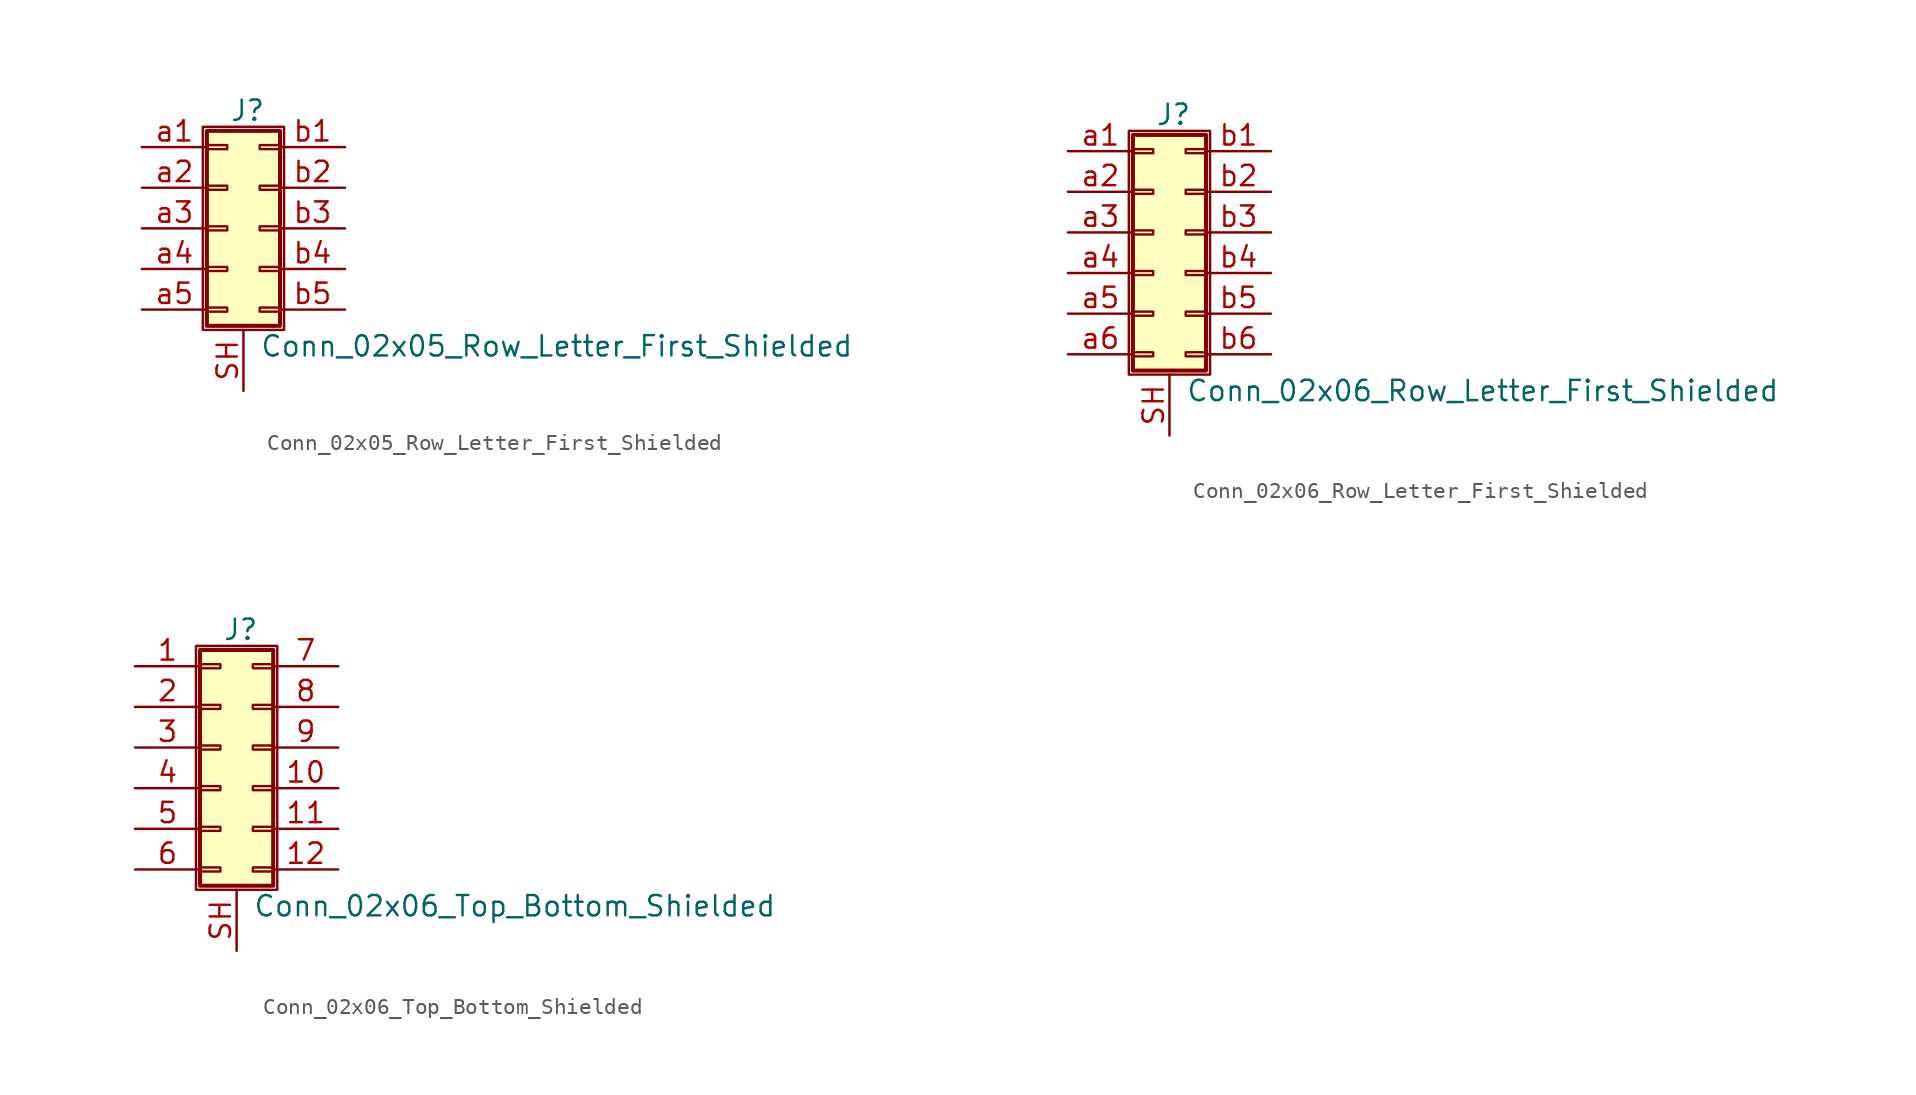
<source format=kicad_sym>
(kicad_symbol_lib
  (version 20220914)
  (generator kicad_symbol_editor)
  (symbol "Conn_02x05_Row_Letter_First_Shielded"
    (pin_names
      (offset 1.016) hide)
    (property "Reference" "J"
      (at 1.524 7.366 0)
      (effects (font (size 1.27 1.27))))
    (property "Value" "Conn_02x05_Row_Letter_First_Shielded"
      (at 2.286 -7.366 0)
      (effects (font (size 1.27 1.27)) (justify left)))
    (symbol "Conn_02x05_Row_Letter_First_Shielded_1_1"
      (rectangle (start -1.27 6.35) (end 3.81 -6.35) (stroke (width 0.152) (type default)) (fill (type none)))
      (rectangle (start -1.016 -4.953) (end 0.254 -5.207) (stroke (width 0.152) (type default)) (fill (type none)))
      (rectangle (start -1.016 -2.413) (end 0.254 -2.667) (stroke (width 0.152) (type default)) (fill (type none)))
      (rectangle (start -1.016 0.127) (end 0.254 -0.127) (stroke (width 0.152) (type default)) (fill (type none)))
      (rectangle (start -1.016 2.667) (end 0.254 2.413) (stroke (width 0.152) (type default)) (fill (type none)))
      (rectangle (start -1.016 5.207) (end 0.254 4.953) (stroke (width 0.152) (type default)) (fill (type none)))
      (rectangle (start -1.016 6.096) (end 3.556 -6.096) (stroke (width 0.254) (type default)) (fill (type background)))
      (rectangle (start 3.556 -4.953) (end 2.286 -5.207) (stroke (width 0.152) (type default)) (fill (type none)))
      (rectangle (start 3.556 -2.413) (end 2.286 -2.667) (stroke (width 0.152) (type default)) (fill (type none)))
      (rectangle (start 3.556 0.127) (end 2.286 -0.127) (stroke (width 0.152) (type default)) (fill (type none)))
      (rectangle (start 3.556 2.667) (end 2.286 2.413) (stroke (width 0.152) (type default)) (fill (type none)))
      (rectangle (start 3.556 5.207) (end 2.286 4.953) (stroke (width 0.152) (type default)) (fill (type none)))
      (pin passive line (at 1.27 -10.16 90) (length 3.81) (name "Shield" (effects (font (size 1.27 1.27)))) (number "SH" (effects (font (size 1.27 1.27)))))
      (pin passive line (at -5.08 5.08 0) (length 4.064) (name "Pin_a1" (effects (font (size 1.27 1.27)))) (number "a1" (effects (font (size 1.27 1.27)))))
      (pin passive line (at -5.08 2.54 0) (length 4.064) (name "Pin_a2" (effects (font (size 1.27 1.27)))) (number "a2" (effects (font (size 1.27 1.27)))))
      (pin passive line (at -5.08 0 0) (length 4.064) (name "Pin_a3" (effects (font (size 1.27 1.27)))) (number "a3" (effects (font (size 1.27 1.27)))))
      (pin passive line (at -5.08 -2.54 0) (length 4.064) (name "Pin_a4" (effects (font (size 1.27 1.27)))) (number "a4" (effects (font (size 1.27 1.27)))))
      (pin passive line (at -5.08 -5.08 0) (length 4.064) (name "Pin_a5" (effects (font (size 1.27 1.27)))) (number "a5" (effects (font (size 1.27 1.27)))))
      (pin passive line (at 7.62 5.08 180) (length 4.064) (name "Pin_b1" (effects (font (size 1.27 1.27)))) (number "b1" (effects (font (size 1.27 1.27)))))
      (pin passive line (at 7.62 2.54 180) (length 4.064) (name "Pin_b2" (effects (font (size 1.27 1.27)))) (number "b2" (effects (font (size 1.27 1.27)))))
      (pin passive line (at 7.62 0 180) (length 4.064) (name "Pin_b3" (effects (font (size 1.27 1.27)))) (number "b3" (effects (font (size 1.27 1.27)))))
      (pin passive line (at 7.62 -2.54 180) (length 4.064) (name "Pin_b4" (effects (font (size 1.27 1.27)))) (number "b4" (effects (font (size 1.27 1.27)))))
      (pin passive line (at 7.62 -5.08 180) (length 4.064) (name "Pin_b5" (effects (font (size 1.27 1.27)))) (number "b5" (effects (font (size 1.27 1.27)))))))
  (symbol "Conn_02x06_Row_Letter_First_Shielded"
    (pin_names
      (offset 1.016) hide)
    (property "Reference" "J"
      (at 1.524 7.366 0)
      (effects (font (size 1.27 1.27))))
    (property "Value" "Conn_02x06_Row_Letter_First_Shielded"
      (at 2.286 -9.906 0)
      (effects (font (size 1.27 1.27)) (justify left)))
    (symbol "Conn_02x06_Row_Letter_First_Shielded_1_1"
      (rectangle (start -1.27 6.35) (end 3.81 -8.89) (stroke (width 0.152) (type default)) (fill (type none)))
      (rectangle (start -1.016 -7.493) (end 0.254 -7.747) (stroke (width 0.152) (type default)) (fill (type none)))
      (rectangle (start -1.016 -4.953) (end 0.254 -5.207) (stroke (width 0.152) (type default)) (fill (type none)))
      (rectangle (start -1.016 -2.413) (end 0.254 -2.667) (stroke (width 0.152) (type default)) (fill (type none)))
      (rectangle (start -1.016 0.127) (end 0.254 -0.127) (stroke (width 0.152) (type default)) (fill (type none)))
      (rectangle (start -1.016 2.667) (end 0.254 2.413) (stroke (width 0.152) (type default)) (fill (type none)))
      (rectangle (start -1.016 5.207) (end 0.254 4.953) (stroke (width 0.152) (type default)) (fill (type none)))
      (rectangle (start -1.016 6.096) (end 3.556 -8.636) (stroke (width 0.254) (type default)) (fill (type background)))
      (rectangle (start 3.556 -7.493) (end 2.286 -7.747) (stroke (width 0.152) (type default)) (fill (type none)))
      (rectangle (start 3.556 -4.953) (end 2.286 -5.207) (stroke (width 0.152) (type default)) (fill (type none)))
      (rectangle (start 3.556 -2.413) (end 2.286 -2.667) (stroke (width 0.152) (type default)) (fill (type none)))
      (rectangle (start 3.556 0.127) (end 2.286 -0.127) (stroke (width 0.152) (type default)) (fill (type none)))
      (rectangle (start 3.556 2.667) (end 2.286 2.413) (stroke (width 0.152) (type default)) (fill (type none)))
      (rectangle (start 3.556 5.207) (end 2.286 4.953) (stroke (width 0.152) (type default)) (fill (type none)))
      (pin passive line (at 1.27 -12.7 90) (length 3.81) (name "Shield" (effects (font (size 1.27 1.27)))) (number "SH" (effects (font (size 1.27 1.27)))))
      (pin passive line (at -5.08 5.08 0) (length 4.064) (name "Pin_a1" (effects (font (size 1.27 1.27)))) (number "a1" (effects (font (size 1.27 1.27)))))
      (pin passive line (at -5.08 2.54 0) (length 4.064) (name "Pin_a2" (effects (font (size 1.27 1.27)))) (number "a2" (effects (font (size 1.27 1.27)))))
      (pin passive line (at -5.08 0 0) (length 4.064) (name "Pin_a3" (effects (font (size 1.27 1.27)))) (number "a3" (effects (font (size 1.27 1.27)))))
      (pin passive line (at -5.08 -2.54 0) (length 4.064) (name "Pin_a4" (effects (font (size 1.27 1.27)))) (number "a4" (effects (font (size 1.27 1.27)))))
      (pin passive line (at -5.08 -5.08 0) (length 4.064) (name "Pin_a5" (effects (font (size 1.27 1.27)))) (number "a5" (effects (font (size 1.27 1.27)))))
      (pin passive line (at -5.08 -7.62 0) (length 4.064) (name "Pin_a6" (effects (font (size 1.27 1.27)))) (number "a6" (effects (font (size 1.27 1.27)))))
      (pin passive line (at 7.62 5.08 180) (length 4.064) (name "Pin_b1" (effects (font (size 1.27 1.27)))) (number "b1" (effects (font (size 1.27 1.27)))))
      (pin passive line (at 7.62 2.54 180) (length 4.064) (name "Pin_b2" (effects (font (size 1.27 1.27)))) (number "b2" (effects (font (size 1.27 1.27)))))
      (pin passive line (at 7.62 0 180) (length 4.064) (name "Pin_b3" (effects (font (size 1.27 1.27)))) (number "b3" (effects (font (size 1.27 1.27)))))
      (pin passive line (at 7.62 -2.54 180) (length 4.064) (name "Pin_b4" (effects (font (size 1.27 1.27)))) (number "b4" (effects (font (size 1.27 1.27)))))
      (pin passive line (at 7.62 -5.08 180) (length 4.064) (name "Pin_b5" (effects (font (size 1.27 1.27)))) (number "b5" (effects (font (size 1.27 1.27)))))
      (pin passive line (at 7.62 -7.62 180) (length 4.064) (name "Pin_b6" (effects (font (size 1.27 1.27)))) (number "b6" (effects (font (size 1.27 1.27)))))))
  (symbol "Conn_02x06_Top_Bottom_Shielded"
    (pin_names
      (offset 1.016) hide)
    (property "Reference" "J"
      (at 1.524 7.366 0)
      (effects (font (size 1.27 1.27))))
    (property "Value" "Conn_02x06_Top_Bottom_Shielded"
      (at 2.286 -9.906 0)
      (effects (font (size 1.27 1.27)) (justify left)))
    (symbol "Conn_02x06_Top_Bottom_Shielded_1_1"
      (rectangle (start -1.27 6.35) (end 3.81 -8.89) (stroke (width 0.152) (type default)) (fill (type none)))
      (rectangle (start -1.016 -7.493) (end 0.254 -7.747) (stroke (width 0.152) (type default)) (fill (type none)))
      (rectangle (start -1.016 -4.953) (end 0.254 -5.207) (stroke (width 0.152) (type default)) (fill (type none)))
      (rectangle (start -1.016 -2.413) (end 0.254 -2.667) (stroke (width 0.152) (type default)) (fill (type none)))
      (rectangle (start -1.016 0.127) (end 0.254 -0.127) (stroke (width 0.152) (type default)) (fill (type none)))
      (rectangle (start -1.016 2.667) (end 0.254 2.413) (stroke (width 0.152) (type default)) (fill (type none)))
      (rectangle (start -1.016 5.207) (end 0.254 4.953) (stroke (width 0.152) (type default)) (fill (type none)))
      (rectangle (start -1.016 6.096) (end 3.556 -8.636) (stroke (width 0.254) (type default)) (fill (type background)))
      (rectangle (start 3.556 -7.493) (end 2.286 -7.747) (stroke (width 0.152) (type default)) (fill (type none)))
      (rectangle (start 3.556 -4.953) (end 2.286 -5.207) (stroke (width 0.152) (type default)) (fill (type none)))
      (rectangle (start 3.556 -2.413) (end 2.286 -2.667) (stroke (width 0.152) (type default)) (fill (type none)))
      (rectangle (start 3.556 0.127) (end 2.286 -0.127) (stroke (width 0.152) (type default)) (fill (type none)))
      (rectangle (start 3.556 2.667) (end 2.286 2.413) (stroke (width 0.152) (type default)) (fill (type none)))
      (rectangle (start 3.556 5.207) (end 2.286 4.953) (stroke (width 0.152) (type default)) (fill (type none)))
      (pin passive line (at -5.08 5.08 0) (length 4.064) (name "Pin_1" (effects (font (size 1.27 1.27)))) (number "1" (effects (font (size 1.27 1.27)))))
      (pin passive line (at 7.62 -2.54 180) (length 4.064) (name "Pin_10" (effects (font (size 1.27 1.27)))) (number "10" (effects (font (size 1.27 1.27)))))
      (pin passive line (at 7.62 -5.08 180) (length 4.064) (name "Pin_11" (effects (font (size 1.27 1.27)))) (number "11" (effects (font (size 1.27 1.27)))))
      (pin passive line (at 7.62 -7.62 180) (length 4.064) (name "Pin_12" (effects (font (size 1.27 1.27)))) (number "12" (effects (font (size 1.27 1.27)))))
      (pin passive line (at -5.08 2.54 0) (length 4.064) (name "Pin_2" (effects (font (size 1.27 1.27)))) (number "2" (effects (font (size 1.27 1.27)))))
      (pin passive line (at -5.08 0 0) (length 4.064) (name "Pin_3" (effects (font (size 1.27 1.27)))) (number "3" (effects (font (size 1.27 1.27)))))
      (pin passive line (at -5.08 -2.54 0) (length 4.064) (name "Pin_4" (effects (font (size 1.27 1.27)))) (number "4" (effects (font (size 1.27 1.27)))))
      (pin passive line (at -5.08 -5.08 0) (length 4.064) (name "Pin_5" (effects (font (size 1.27 1.27)))) (number "5" (effects (font (size 1.27 1.27)))))
      (pin passive line (at -5.08 -7.62 0) (length 4.064) (name "Pin_6" (effects (font (size 1.27 1.27)))) (number "6" (effects (font (size 1.27 1.27)))))
      (pin passive line (at 7.62 5.08 180) (length 4.064) (name "Pin_7" (effects (font (size 1.27 1.27)))) (number "7" (effects (font (size 1.27 1.27)))))
      (pin passive line (at 7.62 2.54 180) (length 4.064) (name "Pin_8" (effects (font (size 1.27 1.27)))) (number "8" (effects (font (size 1.27 1.27)))))
      (pin passive line (at 7.62 0 180) (length 4.064) (name "Pin_9" (effects (font (size 1.27 1.27)))) (number "9" (effects (font (size 1.27 1.27)))))
      (pin passive line (at 1.27 -12.7 90) (length 3.81) (name "Shield" (effects (font (size 1.27 1.27)))) (number "SH" (effects (font (size 1.27 1.27))))))))
</source>
